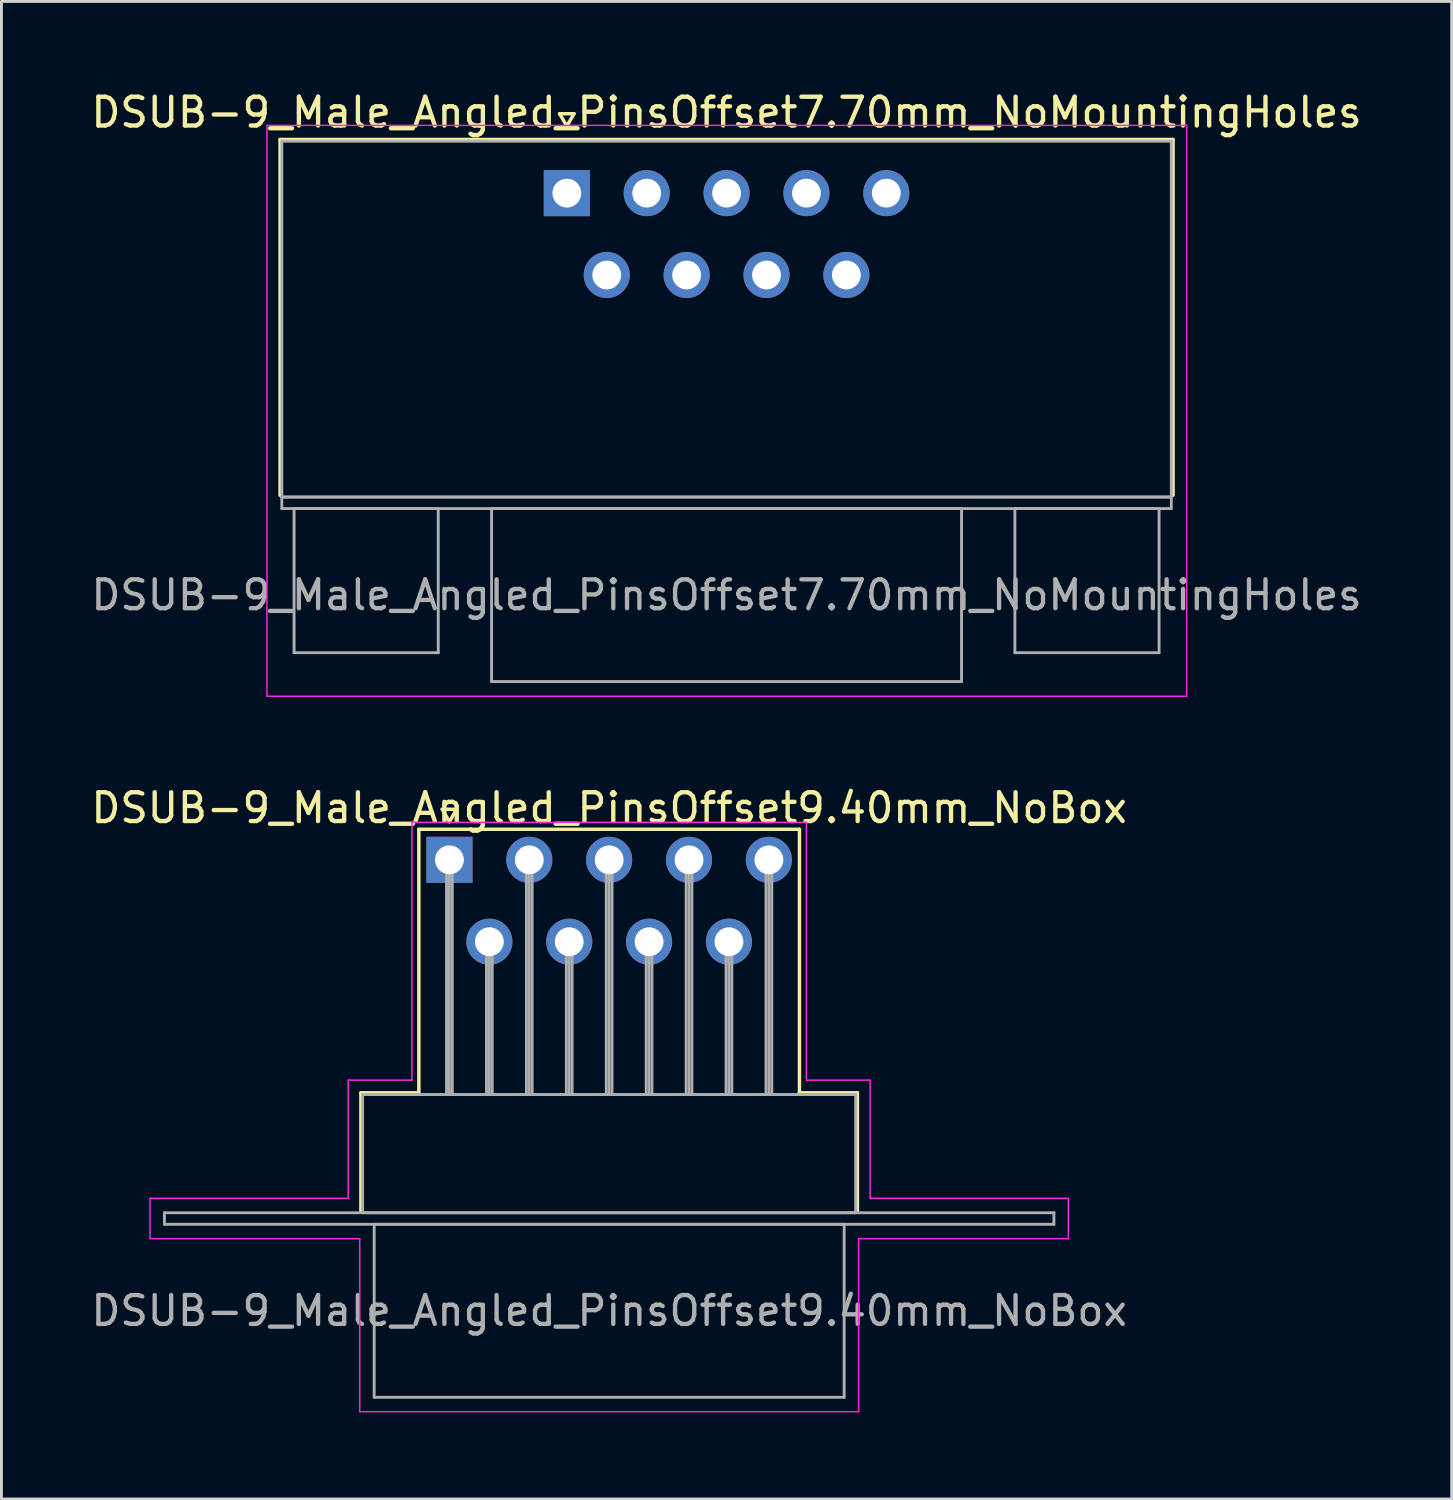
<source format=kicad_pcb>
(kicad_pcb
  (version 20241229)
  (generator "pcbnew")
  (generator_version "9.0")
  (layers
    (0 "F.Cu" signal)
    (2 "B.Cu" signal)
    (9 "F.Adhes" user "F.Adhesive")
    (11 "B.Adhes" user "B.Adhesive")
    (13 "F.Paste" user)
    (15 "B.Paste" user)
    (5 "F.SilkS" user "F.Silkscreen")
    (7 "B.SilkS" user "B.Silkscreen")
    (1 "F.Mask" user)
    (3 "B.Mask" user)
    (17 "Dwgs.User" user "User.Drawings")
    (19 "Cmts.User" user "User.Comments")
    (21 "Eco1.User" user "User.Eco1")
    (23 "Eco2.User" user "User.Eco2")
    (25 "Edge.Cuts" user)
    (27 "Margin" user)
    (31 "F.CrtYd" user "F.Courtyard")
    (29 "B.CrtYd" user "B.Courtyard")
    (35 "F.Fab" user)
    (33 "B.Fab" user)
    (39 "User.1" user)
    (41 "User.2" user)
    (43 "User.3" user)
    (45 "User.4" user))
  (footprint "DSUB-9_Male_Angled_PinsOffset9.40mm_NoBox"
    (layer "F.Cu")
    (at 12.537 26.771)
    (property "Reference" "DSUB-9_Male_Angled_PinsOffset9.40mm_NoBox" (at 5.54 -1.8 0) (layer "F.SilkS") (effects (font (size 1 1) (thickness 0.15))))
    (attr through_hole)
    (fp_line (start -3.07 8.08) (end -1.06 8.08) (stroke (width 0.12) (type solid)) (layer "F.SilkS"))
    (fp_line (start -3.07 12.18) (end -3.07 8.08) (stroke (width 0.12) (type solid)) (layer "F.SilkS"))
    (fp_line (start -1.06 -1.06) (end 12.14 -1.06) (stroke (width 0.12) (type solid)) (layer "F.SilkS"))
    (fp_line (start -1.06 8.08) (end -1.06 -1.06) (stroke (width 0.12) (type solid)) (layer "F.SilkS"))
    (fp_line (start -0.25 -1.754) (end 0.25 -1.754) (stroke (width 0.12) (type solid)) (layer "F.SilkS"))
    (fp_line (start 0 -1.321) (end -0.25 -1.754) (stroke (width 0.12) (type solid)) (layer "F.SilkS"))
    (fp_line (start 0.25 -1.754) (end 0 -1.321) (stroke (width 0.12) (type solid)) (layer "F.SilkS"))
    (fp_line (start 12.14 -1.06) (end 12.14 8.08) (stroke (width 0.12) (type solid)) (layer "F.SilkS"))
    (fp_line (start 12.14 8.08) (end 14.15 8.08) (stroke (width 0.12) (type solid)) (layer "F.SilkS"))
    (fp_line (start 14.15 8.08) (end 14.15 12.18) (stroke (width 0.12) (type solid)) (layer "F.SilkS"))
    (fp_line (start -10.385 11.74) (end -3.51 11.74) (stroke (width 0.05) (type solid)) (layer "F.CrtYd"))
    (fp_line (start -10.385 13.14) (end -10.385 11.74) (stroke (width 0.05) (type solid)) (layer "F.CrtYd"))
    (fp_line (start -3.51 7.64) (end -1.3 7.64) (stroke (width 0.05) (type solid)) (layer "F.CrtYd"))
    (fp_line (start -3.51 11.74) (end -3.51 7.64) (stroke (width 0.05) (type solid)) (layer "F.CrtYd"))
    (fp_line (start -3.11 13.14) (end -10.385 13.14) (stroke (width 0.05) (type solid)) (layer "F.CrtYd"))
    (fp_line (start -3.11 19.14) (end -3.11 13.14) (stroke (width 0.05) (type solid)) (layer "F.CrtYd"))
    (fp_line (start -1.3 -1.3) (end 12.38 -1.3) (stroke (width 0.05) (type solid)) (layer "F.CrtYd"))
    (fp_line (start -1.3 7.64) (end -1.3 -1.3) (stroke (width 0.05) (type solid)) (layer "F.CrtYd"))
    (fp_line (start 12.38 -1.3) (end 12.38 7.64) (stroke (width 0.05) (type solid)) (layer "F.CrtYd"))
    (fp_line (start 12.38 7.64) (end 14.59 7.64) (stroke (width 0.05) (type solid)) (layer "F.CrtYd"))
    (fp_line (start 14.19 13.14) (end 14.19 19.14) (stroke (width 0.05) (type solid)) (layer "F.CrtYd"))
    (fp_line (start 14.19 19.14) (end -3.11 19.14) (stroke (width 0.05) (type solid)) (layer "F.CrtYd"))
    (fp_line (start 14.59 7.64) (end 14.59 11.74) (stroke (width 0.05) (type solid)) (layer "F.CrtYd"))
    (fp_line (start 14.59 11.74) (end 21.465 11.74) (stroke (width 0.05) (type solid)) (layer "F.CrtYd"))
    (fp_line (start 21.465 11.74) (end 21.465 13.14) (stroke (width 0.05) (type solid)) (layer "F.CrtYd"))
    (fp_line (start 21.465 13.14) (end 14.19 13.14) (stroke (width 0.05) (type solid)) (layer "F.CrtYd"))
    (fp_line (start -9.885 12.24) (end -9.885 12.64) (stroke (width 0.1) (type solid)) (layer "F.Fab"))
    (fp_line (start -9.885 12.64) (end 20.965 12.64) (stroke (width 0.1) (type solid)) (layer "F.Fab"))
    (fp_line (start -3.01 8.14) (end -3.01 12.24) (stroke (width 0.1) (type solid)) (layer "F.Fab"))
    (fp_line (start -3.01 12.24) (end 14.09 12.24) (stroke (width 0.1) (type solid)) (layer "F.Fab"))
    (fp_line (start -2.61 12.64) (end -2.61 18.64) (stroke (width 0.1) (type solid)) (layer "F.Fab"))
    (fp_line (start -2.61 18.64) (end 13.69 18.64) (stroke (width 0.1) (type solid)) (layer "F.Fab"))
    (fp_line (start -0.1 0) (end -0.1 8.14) (stroke (width 0.1) (type solid)) (layer "F.Fab"))
    (fp_line (start 0 0) (end 0 8.14) (stroke (width 0.1) (type solid)) (layer "F.Fab"))
    (fp_line (start 0.1 0) (end 0.1 8.14) (stroke (width 0.1) (type solid)) (layer "F.Fab"))
    (fp_line (start 1.285 2.84) (end 1.285 8.14) (stroke (width 0.1) (type solid)) (layer "F.Fab"))
    (fp_line (start 1.385 2.84) (end 1.385 8.14) (stroke (width 0.1) (type solid)) (layer "F.Fab"))
    (fp_line (start 1.485 2.84) (end 1.485 8.14) (stroke (width 0.1) (type solid)) (layer "F.Fab"))
    (fp_line (start 2.67 0) (end 2.67 8.14) (stroke (width 0.1) (type solid)) (layer "F.Fab"))
    (fp_line (start 2.77 0) (end 2.77 8.14) (stroke (width 0.1) (type solid)) (layer "F.Fab"))
    (fp_line (start 2.87 0) (end 2.87 8.14) (stroke (width 0.1) (type solid)) (layer "F.Fab"))
    (fp_line (start 4.055 2.84) (end 4.055 8.14) (stroke (width 0.1) (type solid)) (layer "F.Fab"))
    (fp_line (start 4.155 2.84) (end 4.155 8.14) (stroke (width 0.1) (type solid)) (layer "F.Fab"))
    (fp_line (start 4.255 2.84) (end 4.255 8.14) (stroke (width 0.1) (type solid)) (layer "F.Fab"))
    (fp_line (start 5.44 0) (end 5.44 8.14) (stroke (width 0.1) (type solid)) (layer "F.Fab"))
    (fp_line (start 5.54 0) (end 5.54 8.14) (stroke (width 0.1) (type solid)) (layer "F.Fab"))
    (fp_line (start 5.64 0) (end 5.64 8.14) (stroke (width 0.1) (type solid)) (layer "F.Fab"))
    (fp_line (start 6.825 2.84) (end 6.825 8.14) (stroke (width 0.1) (type solid)) (layer "F.Fab"))
    (fp_line (start 6.925 2.84) (end 6.925 8.14) (stroke (width 0.1) (type solid)) (layer "F.Fab"))
    (fp_line (start 7.025 2.84) (end 7.025 8.14) (stroke (width 0.1) (type solid)) (layer "F.Fab"))
    (fp_line (start 8.21 0) (end 8.21 8.14) (stroke (width 0.1) (type solid)) (layer "F.Fab"))
    (fp_line (start 8.31 0) (end 8.31 8.14) (stroke (width 0.1) (type solid)) (layer "F.Fab"))
    (fp_line (start 8.41 0) (end 8.41 8.14) (stroke (width 0.1) (type solid)) (layer "F.Fab"))
    (fp_line (start 9.595 2.84) (end 9.595 8.14) (stroke (width 0.1) (type solid)) (layer "F.Fab"))
    (fp_line (start 9.695 2.84) (end 9.695 8.14) (stroke (width 0.1) (type solid)) (layer "F.Fab"))
    (fp_line (start 9.795 2.84) (end 9.795 8.14) (stroke (width 0.1) (type solid)) (layer "F.Fab"))
    (fp_line (start 10.98 0) (end 10.98 8.14) (stroke (width 0.1) (type solid)) (layer "F.Fab"))
    (fp_line (start 11.08 0) (end 11.08 8.14) (stroke (width 0.1) (type solid)) (layer "F.Fab"))
    (fp_line (start 11.18 0) (end 11.18 8.14) (stroke (width 0.1) (type solid)) (layer "F.Fab"))
    (fp_line (start 13.69 12.64) (end -2.61 12.64) (stroke (width 0.1) (type solid)) (layer "F.Fab"))
    (fp_line (start 13.69 18.64) (end 13.69 12.64) (stroke (width 0.1) (type solid)) (layer "F.Fab"))
    (fp_line (start 14.09 8.14) (end -3.01 8.14) (stroke (width 0.1) (type solid)) (layer "F.Fab"))
    (fp_line (start 14.09 12.24) (end 14.09 8.14) (stroke (width 0.1) (type solid)) (layer "F.Fab"))
    (fp_line (start 20.965 12.24) (end -9.885 12.24) (stroke (width 0.1) (type solid)) (layer "F.Fab"))
    (fp_line (start 20.965 12.64) (end 20.965 12.24) (stroke (width 0.1) (type solid)) (layer "F.Fab"))
    (fp_text user "${REFERENCE}" (at 5.54 15.64 0) (layer "F.Fab") (effects (font (size 1 1) (thickness 0.15))))
    (pad "1" thru_hole rect (at 0 0) (size 1.6 1.6) (drill 1) (layers "*.Cu" "*.Mask"))
    (pad "2" thru_hole circle (at 2.77 0) (size 1.6 1.6) (drill 1) (layers "*.Cu" "*.Mask"))
    (pad "3" thru_hole circle (at 5.54 0) (size 1.6 1.6) (drill 1) (layers "*.Cu" "*.Mask"))
    (pad "4" thru_hole circle (at 8.31 0) (size 1.6 1.6) (drill 1) (layers "*.Cu" "*.Mask"))
    (pad "5" thru_hole circle (at 11.08 0) (size 1.6 1.6) (drill 1) (layers "*.Cu" "*.Mask"))
    (pad "6" thru_hole circle (at 1.385 2.84) (size 1.6 1.6) (drill 1) (layers "*.Cu" "*.Mask"))
    (pad "7" thru_hole circle (at 4.155 2.84) (size 1.6 1.6) (drill 1) (layers "*.Cu" "*.Mask"))
    (pad "8" thru_hole circle (at 6.925 2.84) (size 1.6 1.6) (drill 1) (layers "*.Cu" "*.Mask"))
    (pad "9" thru_hole circle (at 9.695 2.84) (size 1.6 1.6) (drill 1) (layers "*.Cu" "*.Mask")))
  (footprint "DSUB-9_Male_Angled_PinsOffset7.70mm_NoMountingHoles"
    (layer "F.Cu")
    (at 16.609 3.648)
    (property "Reference" "DSUB-9_Male_Angled_PinsOffset7.70mm_NoMountingHoles" (at 5.54 -2.8 0) (layer "F.SilkS") (effects (font (size 1 1) (thickness 0.15))))
    (attr through_hole)
    (fp_line (start -9.945 -1.86) (end 21.025 -1.86) (stroke (width 0.12) (type solid)) (layer "F.SilkS"))
    (fp_line (start -9.945 10.48) (end -9.945 -1.86) (stroke (width 0.12) (type solid)) (layer "F.SilkS"))
    (fp_line (start -0.25 -2.754) (end 0.25 -2.754) (stroke (width 0.12) (type solid)) (layer "F.SilkS"))
    (fp_line (start 0 -2.321) (end -0.25 -2.754) (stroke (width 0.12) (type solid)) (layer "F.SilkS"))
    (fp_line (start 0.25 -2.754) (end 0 -2.321) (stroke (width 0.12) (type solid)) (layer "F.SilkS"))
    (fp_line (start 21.025 -1.86) (end 21.025 10.48) (stroke (width 0.12) (type solid)) (layer "F.SilkS"))
    (fp_line (start -10.4 -2.35) (end -10.4 17.45) (stroke (width 0.05) (type solid)) (layer "F.CrtYd"))
    (fp_line (start -10.4 17.45) (end 21.5 17.45) (stroke (width 0.05) (type solid)) (layer "F.CrtYd"))
    (fp_line (start 21.5 -2.35) (end -10.4 -2.35) (stroke (width 0.05) (type solid)) (layer "F.CrtYd"))
    (fp_line (start 21.5 17.45) (end 21.5 -2.35) (stroke (width 0.05) (type solid)) (layer "F.CrtYd"))
    (fp_line (start -9.885 -1.8) (end -9.885 10.54) (stroke (width 0.1) (type solid)) (layer "F.Fab"))
    (fp_line (start -9.885 10.54) (end -9.885 10.94) (stroke (width 0.1) (type solid)) (layer "F.Fab"))
    (fp_line (start -9.885 10.54) (end 20.965 10.54) (stroke (width 0.1) (type solid)) (layer "F.Fab"))
    (fp_line (start -9.885 10.94) (end 20.965 10.94) (stroke (width 0.1) (type solid)) (layer "F.Fab"))
    (fp_line (start -9.46 10.94) (end -9.46 15.94) (stroke (width 0.1) (type solid)) (layer "F.Fab"))
    (fp_line (start -9.46 15.94) (end -4.46 15.94) (stroke (width 0.1) (type solid)) (layer "F.Fab"))
    (fp_line (start -4.46 10.94) (end -9.46 10.94) (stroke (width 0.1) (type solid)) (layer "F.Fab"))
    (fp_line (start -4.46 15.94) (end -4.46 10.94) (stroke (width 0.1) (type solid)) (layer "F.Fab"))
    (fp_line (start -2.61 10.94) (end -2.61 16.94) (stroke (width 0.1) (type solid)) (layer "F.Fab"))
    (fp_line (start -2.61 16.94) (end 13.69 16.94) (stroke (width 0.1) (type solid)) (layer "F.Fab"))
    (fp_line (start 13.69 10.94) (end -2.61 10.94) (stroke (width 0.1) (type solid)) (layer "F.Fab"))
    (fp_line (start 13.69 16.94) (end 13.69 10.94) (stroke (width 0.1) (type solid)) (layer "F.Fab"))
    (fp_line (start 15.54 10.94) (end 15.54 15.94) (stroke (width 0.1) (type solid)) (layer "F.Fab"))
    (fp_line (start 15.54 15.94) (end 20.54 15.94) (stroke (width 0.1) (type solid)) (layer "F.Fab"))
    (fp_line (start 20.54 10.94) (end 15.54 10.94) (stroke (width 0.1) (type solid)) (layer "F.Fab"))
    (fp_line (start 20.54 15.94) (end 20.54 10.94) (stroke (width 0.1) (type solid)) (layer "F.Fab"))
    (fp_line (start 20.965 -1.8) (end -9.885 -1.8) (stroke (width 0.1) (type solid)) (layer "F.Fab"))
    (fp_line (start 20.965 10.54) (end -9.885 10.54) (stroke (width 0.1) (type solid)) (layer "F.Fab"))
    (fp_line (start 20.965 10.54) (end 20.965 -1.8) (stroke (width 0.1) (type solid)) (layer "F.Fab"))
    (fp_line (start 20.965 10.94) (end 20.965 10.54) (stroke (width 0.1) (type solid)) (layer "F.Fab"))
    (fp_text user "${REFERENCE}" (at 5.54 13.94 0) (layer "F.Fab") (effects (font (size 1 1) (thickness 0.15))))
    (pad "1" thru_hole rect (at 0 0) (size 1.6 1.6) (drill 1) (layers "*.Cu" "*.Mask"))
    (pad "2" thru_hole circle (at 2.77 0) (size 1.6 1.6) (drill 1) (layers "*.Cu" "*.Mask"))
    (pad "3" thru_hole circle (at 5.54 0) (size 1.6 1.6) (drill 1) (layers "*.Cu" "*.Mask"))
    (pad "4" thru_hole circle (at 8.31 0) (size 1.6 1.6) (drill 1) (layers "*.Cu" "*.Mask"))
    (pad "5" thru_hole circle (at 11.08 0) (size 1.6 1.6) (drill 1) (layers "*.Cu" "*.Mask"))
    (pad "6" thru_hole circle (at 1.385 2.84) (size 1.6 1.6) (drill 1) (layers "*.Cu" "*.Mask"))
    (pad "7" thru_hole circle (at 4.155 2.84) (size 1.6 1.6) (drill 1) (layers "*.Cu" "*.Mask"))
    (pad "8" thru_hole circle (at 6.925 2.84) (size 1.6 1.6) (drill 1) (layers "*.Cu" "*.Mask"))
    (pad "9" thru_hole circle (at 9.695 2.84) (size 1.6 1.6) (drill 1) (layers "*.Cu" "*.Mask")))
  (gr_rect
    (start -3 -3)
    (end 47.298 48.937)
    (stroke (width 0.1) (type default))
    (fill no)
    (layer "Edge.Cuts")))
</source>
